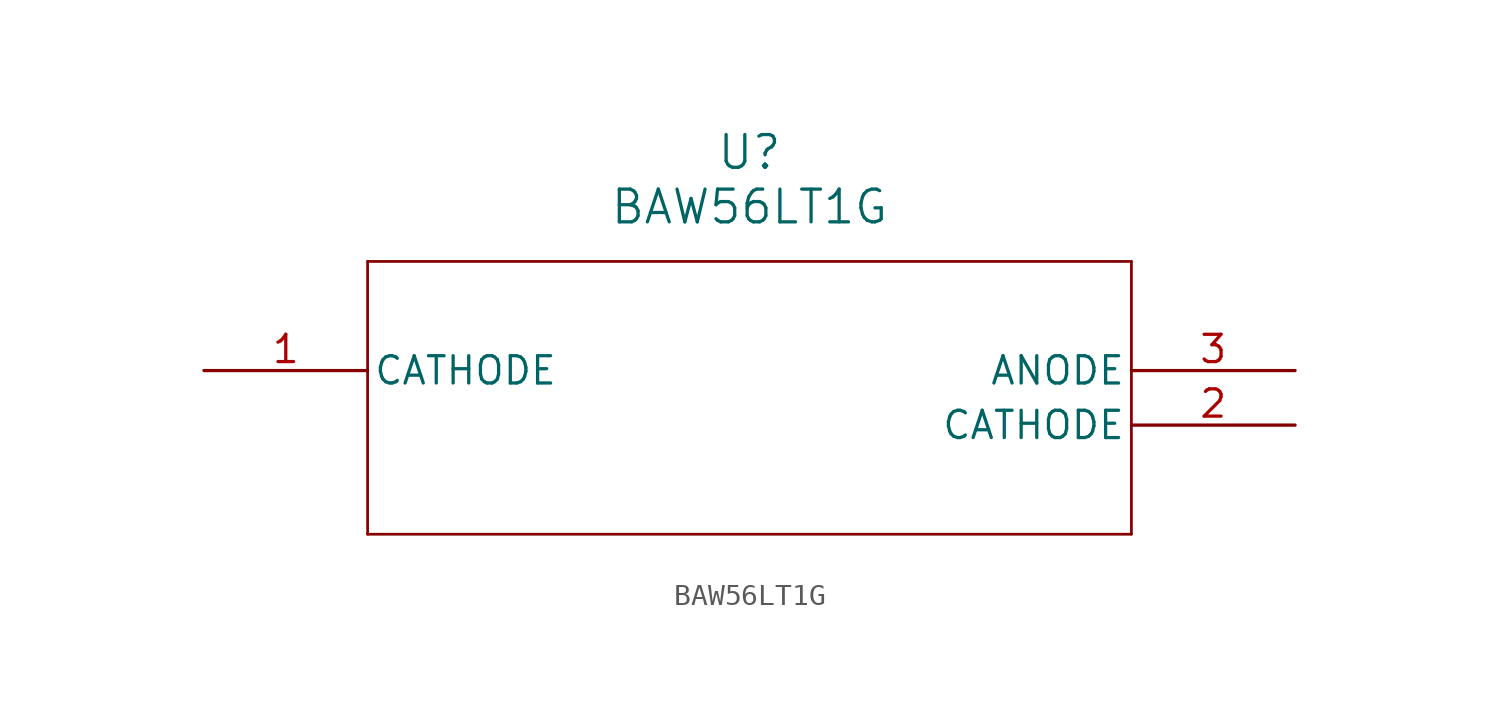
<source format=kicad_sym>
(kicad_symbol_lib
  (version 20211014)
  (generator kicad_symbol_editor)
  (symbol "BAW56LT1G"
    (pin_names
      (offset 0.254))
    (property "Reference" "U"
      (at 25.4 10.16 0)
      (effects (font (size 1.524 1.524))))
    (property "Value" "BAW56LT1G"
      (at 25.4 7.62 0)
      (effects (font (size 1.524 1.524))))
    (symbol "BAW56LT1G_0_1"
      (polyline (pts (xy 7.62 5.08) (xy 7.62 -7.62)) (stroke (width 0.127) (type default) (color 0 0 0 0)) (fill (type none)))
      (polyline (pts (xy 7.62 -7.62) (xy 43.18 -7.62)) (stroke (width 0.127) (type default) (color 0 0 0 0)) (fill (type none)))
      (polyline (pts (xy 43.18 -7.62) (xy 43.18 5.08)) (stroke (width 0.127) (type default) (color 0 0 0 0)) (fill (type none)))
      (polyline (pts (xy 43.18 5.08) (xy 7.62 5.08)) (stroke (width 0.127) (type default) (color 0 0 0 0)) (fill (type none)))
      (pin unspecified line (at 0 0 0) (length 7.62) (name "CATHODE" (effects (font (size 1.27 1.27)))) (number "1" (effects (font (size 1.27 1.27)))))
      (pin unspecified line (at 50.8 -2.54 180) (length 7.62) (name "CATHODE" (effects (font (size 1.27 1.27)))) (number "2" (effects (font (size 1.27 1.27)))))
      (pin unspecified line (at 50.8 0 180) (length 7.62) (name "ANODE" (effects (font (size 1.27 1.27)))) (number "3" (effects (font (size 1.27 1.27))))))))
</source>
